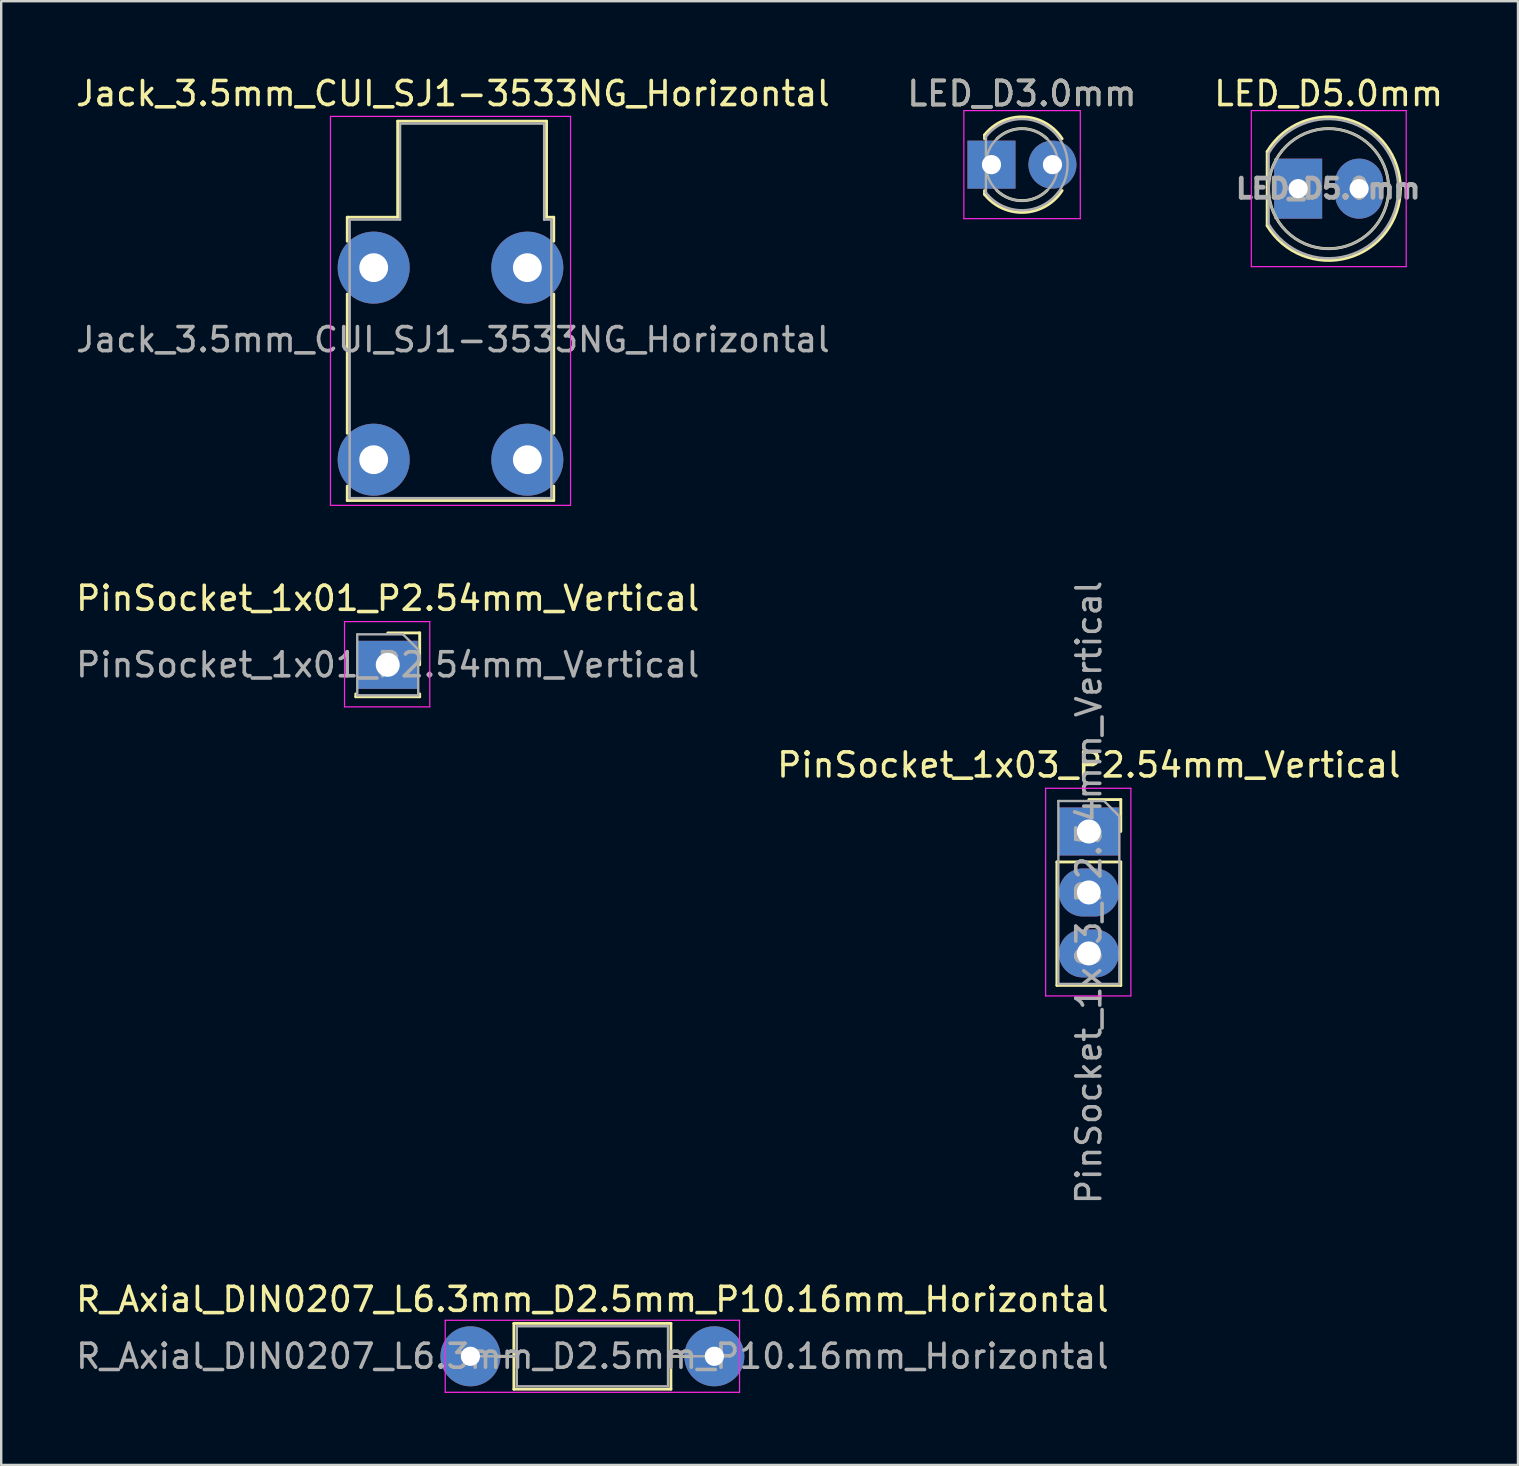
<source format=kicad_pcb>
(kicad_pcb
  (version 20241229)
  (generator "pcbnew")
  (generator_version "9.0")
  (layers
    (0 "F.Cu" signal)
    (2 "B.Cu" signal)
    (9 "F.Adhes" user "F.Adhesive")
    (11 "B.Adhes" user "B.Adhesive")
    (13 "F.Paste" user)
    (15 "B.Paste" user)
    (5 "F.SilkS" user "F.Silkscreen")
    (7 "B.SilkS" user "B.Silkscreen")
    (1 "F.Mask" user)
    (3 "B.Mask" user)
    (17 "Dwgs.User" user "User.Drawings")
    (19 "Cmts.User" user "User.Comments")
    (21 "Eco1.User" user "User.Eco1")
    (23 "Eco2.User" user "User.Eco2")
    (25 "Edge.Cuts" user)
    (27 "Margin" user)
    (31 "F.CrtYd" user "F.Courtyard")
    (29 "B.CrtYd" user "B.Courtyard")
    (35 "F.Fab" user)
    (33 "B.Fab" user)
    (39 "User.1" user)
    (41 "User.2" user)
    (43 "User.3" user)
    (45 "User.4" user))
  (footprint "LED_D3.0mm"
    (layer "F.Cu")
    (at 38.248 3.808)
    (property "Reference" "LED_D3.0mm" (at 1.27 -2.96 0) (layer "F.SilkS") (effects (font (size 1 1) (thickness 0.15))))
    (attr through_hole)
    (fp_line (start -0.29 -1.236) (end -0.29 -1.08) (stroke (width 0.12) (type solid)) (layer "F.SilkS"))
    (fp_line (start -0.29 1.08) (end -0.29 1.236) (stroke (width 0.12) (type solid)) (layer "F.SilkS"))
    (fp_arc (start -0.29 -1.235516) (mid 1.366487 -1.987659) (end 2.942335 -1.078608) (stroke (width 0.12) (type solid)) (layer "F.SilkS"))
    (fp_arc (start 0.229039 -1.08) (mid 1.270117 -1.5) (end 2.31113 -1.079837) (stroke (width 0.12) (type solid)) (layer "F.SilkS"))
    (fp_arc (start 2.31113 1.079837) (mid 1.270117 1.5) (end 0.229039 1.08) (stroke (width 0.12) (type solid)) (layer "F.SilkS"))
    (fp_arc (start 2.942335 1.078608) (mid 1.366487 1.987659) (end -0.29 1.235516) (stroke (width 0.12) (type solid)) (layer "F.SilkS"))
    (fp_line (start -1.15 -2.25) (end -1.15 2.25) (stroke (width 0.05) (type solid)) (layer "F.CrtYd"))
    (fp_line (start -1.15 2.25) (end 3.7 2.25) (stroke (width 0.05) (type solid)) (layer "F.CrtYd"))
    (fp_line (start 3.7 -2.25) (end -1.15 -2.25) (stroke (width 0.05) (type solid)) (layer "F.CrtYd"))
    (fp_line (start 3.7 2.25) (end 3.7 -2.25) (stroke (width 0.05) (type solid)) (layer "F.CrtYd"))
    (fp_line (start -0.23 -1.166) (end -0.23 1.166) (stroke (width 0.1) (type solid)) (layer "F.Fab"))
    (fp_arc (start -0.23 -1.16619) (mid 3.17 0.000452) (end -0.230555 1.165476) (stroke (width 0.1) (type solid)) (layer "F.Fab"))
    (fp_circle (center 1.27 0) (end 2.77 0) (stroke (width 0.1) (type solid)) (fill no) (layer "F.Fab"))
    (fp_text user "${REFERENCE}" (at 1.27 -2.96 0) (layer "F.Fab") (effects (font (size 1 1) (thickness 0.15))))
    (pad "1" thru_hole rect (at 0 0) (size 2 2) (drill 0.8) (layers "*.Cu" "*.Mask"))
    (pad "2" thru_hole circle (at 2.54 0) (size 2 2) (drill 0.8) (layers "*.Cu" "*.Mask")))
  (footprint "R_Axial_DIN0207_L6.3mm_D2.5mm_P10.16mm_Horizontal"
    (layer "F.Cu")
    (at 16.545 53.444)
    (property "Reference" "R_Axial_DIN0207_L6.3mm_D2.5mm_P10.16mm_Horizontal" (at 5.08 -2.37 0) (layer "F.SilkS") (effects (font (size 1 1) (thickness 0.15))))
    (attr through_hole)
    (fp_line (start 1.04 0) (end 1.81 0) (stroke (width 0.12) (type solid)) (layer "F.SilkS"))
    (fp_line (start 1.81 -1.37) (end 1.81 1.37) (stroke (width 0.12) (type solid)) (layer "F.SilkS"))
    (fp_line (start 1.81 1.37) (end 8.35 1.37) (stroke (width 0.12) (type solid)) (layer "F.SilkS"))
    (fp_line (start 8.35 -1.37) (end 1.81 -1.37) (stroke (width 0.12) (type solid)) (layer "F.SilkS"))
    (fp_line (start 8.35 1.37) (end 8.35 -1.37) (stroke (width 0.12) (type solid)) (layer "F.SilkS"))
    (fp_line (start 9.12 0) (end 8.35 0) (stroke (width 0.12) (type solid)) (layer "F.SilkS"))
    (fp_line (start -1.05 -1.5) (end -1.05 1.5) (stroke (width 0.05) (type solid)) (layer "F.CrtYd"))
    (fp_line (start -1.05 1.5) (end 11.21 1.5) (stroke (width 0.05) (type solid)) (layer "F.CrtYd"))
    (fp_line (start 11.21 -1.5) (end -1.05 -1.5) (stroke (width 0.05) (type solid)) (layer "F.CrtYd"))
    (fp_line (start 11.21 1.5) (end 11.21 -1.5) (stroke (width 0.05) (type solid)) (layer "F.CrtYd"))
    (fp_line (start 0 0) (end 1.93 0) (stroke (width 0.1) (type solid)) (layer "F.Fab"))
    (fp_line (start 1.93 -1.25) (end 1.93 1.25) (stroke (width 0.1) (type solid)) (layer "F.Fab"))
    (fp_line (start 1.93 1.25) (end 8.23 1.25) (stroke (width 0.1) (type solid)) (layer "F.Fab"))
    (fp_line (start 8.23 -1.25) (end 1.93 -1.25) (stroke (width 0.1) (type solid)) (layer "F.Fab"))
    (fp_line (start 8.23 1.25) (end 8.23 -1.25) (stroke (width 0.1) (type solid)) (layer "F.Fab"))
    (fp_line (start 10.16 0) (end 8.23 0) (stroke (width 0.1) (type solid)) (layer "F.Fab"))
    (fp_text user "${REFERENCE}" (at 5.08 0 0) (layer "F.Fab") (effects (font (size 1 1) (thickness 0.15))))
    (pad "1" thru_hole circle (at 0 0) (size 2.5 2.5) (drill 0.8) (layers "*.Cu" "*.Mask"))
    (pad "2" thru_hole circle (at 10.16 0) (size 2.5 2.5) (drill 0.8) (layers "*.Cu" "*.Mask")))
  (footprint "Jack_3.5mm_CUI_SJ1-3533NG_Horizontal"
    (layer "F.Cu")
    (at 15.715 7.298)
    (property "Reference" "Jack_3.5mm_CUI_SJ1-3533NG_Horizontal" (at 0.1 -6.45 0) (layer "F.SilkS") (effects (font (size 1 1) (thickness 0.15))))
    (attr through_hole)
    (fp_line (start -4.3 -1.3) (end -2.2 -1.3) (stroke (width 0.12) (type solid)) (layer "F.SilkS"))
    (fp_line (start -4.3 -0.3) (end -4.3 -1.3) (stroke (width 0.12) (type solid)) (layer "F.SilkS"))
    (fp_line (start -4.3 7.7) (end -4.3 1.9) (stroke (width 0.12) (type solid)) (layer "F.SilkS"))
    (fp_line (start -4.3 10.5) (end -4.3 9.9) (stroke (width 0.12) (type solid)) (layer "F.SilkS"))
    (fp_line (start -2.2 -5.3) (end 4 -5.3) (stroke (width 0.12) (type solid)) (layer "F.SilkS"))
    (fp_line (start -2.2 -1.3) (end -2.2 -5.3) (stroke (width 0.12) (type solid)) (layer "F.SilkS"))
    (fp_line (start 4 -5.3) (end 4 -1.3) (stroke (width 0.12) (type solid)) (layer "F.SilkS"))
    (fp_line (start 4 -1.3) (end 4.3 -1.3) (stroke (width 0.12) (type solid)) (layer "F.SilkS"))
    (fp_line (start 4.3 -1.3) (end 4.3 -0.3) (stroke (width 0.12) (type solid)) (layer "F.SilkS"))
    (fp_line (start 4.3 1.9) (end 4.3 7.7) (stroke (width 0.12) (type solid)) (layer "F.SilkS"))
    (fp_line (start 4.3 9.9) (end 4.3 10.5) (stroke (width 0.12) (type solid)) (layer "F.SilkS"))
    (fp_line (start 4.3 10.5) (end -4.3 10.5) (stroke (width 0.12) (type solid)) (layer "F.SilkS"))
    (fp_line (start -5 -5.5) (end -5 10.7) (stroke (width 0.05) (type solid)) (layer "F.CrtYd"))
    (fp_line (start -5 10.7) (end 5 10.7) (stroke (width 0.05) (type solid)) (layer "F.CrtYd"))
    (fp_line (start 5 -5.5) (end -5 -5.5) (stroke (width 0.05) (type solid)) (layer "F.CrtYd"))
    (fp_line (start 5 10.7) (end 5 -5.5) (stroke (width 0.05) (type solid)) (layer "F.CrtYd"))
    (fp_line (start -4.2 -1.2) (end -2.1 -1.2) (stroke (width 0.1) (type solid)) (layer "F.Fab"))
    (fp_line (start -4.2 10.4) (end -4.2 -1.2) (stroke (width 0.1) (type solid)) (layer "F.Fab"))
    (fp_line (start -2.1 -5.2) (end 3.9 -5.2) (stroke (width 0.1) (type solid)) (layer "F.Fab"))
    (fp_line (start -2.1 -1.2) (end -2.1 -5.2) (stroke (width 0.1) (type solid)) (layer "F.Fab"))
    (fp_line (start 3.9 -5.2) (end 3.9 -1.2) (stroke (width 0.1) (type solid)) (layer "F.Fab"))
    (fp_line (start 3.9 -1.2) (end 4.2 -1.2) (stroke (width 0.1) (type solid)) (layer "F.Fab"))
    (fp_line (start 4.2 -1.2) (end 4.2 10.4) (stroke (width 0.1) (type solid)) (layer "F.Fab"))
    (fp_line (start 4.2 10.4) (end -4.2 10.4) (stroke (width 0.1) (type solid)) (layer "F.Fab"))
    (fp_text user "${REFERENCE}" (at 0.1 3.8 0) (layer "F.Fab") (effects (font (size 1 1) (thickness 0.15))))
    (pad "R" thru_hole oval (at 3.2 8.8) (size 3 3) (drill oval 1.2) (layers "*.Cu" "*.Mask"))
    (pad "S" thru_hole oval (at -3.2 8.8) (size 3 3) (drill oval 1.2) (layers "*.Cu" "*.Mask"))
    (pad "T" thru_hole oval (at -3.2 0.8) (size 3 3) (drill oval 1.2) (layers "*.Cu" "*.Mask"))
    (pad "T" thru_hole oval (at 3.2 0.8) (size 3 3) (drill oval 1.2) (layers "*.Cu" "*.Mask")))
  (footprint "PinSocket_1x03_P2.54mm_Vertical"
    (layer "F.Cu")
    (at 42.304 31.584)
    (property "Reference" "PinSocket_1x03_P2.54mm_Vertical" (at 0 -2.77 0) (layer "F.SilkS") (effects (font (size 1 1) (thickness 0.15))))
    (attr through_hole)
    (fp_line (start -1.33 1.27) (end -1.33 6.41) (stroke (width 0.12) (type solid)) (layer "F.SilkS"))
    (fp_line (start -1.33 1.27) (end 1.33 1.27) (stroke (width 0.12) (type solid)) (layer "F.SilkS"))
    (fp_line (start -1.33 6.41) (end 1.33 6.41) (stroke (width 0.12) (type solid)) (layer "F.SilkS"))
    (fp_line (start 0 -1.33) (end 1.33 -1.33) (stroke (width 0.12) (type solid)) (layer "F.SilkS"))
    (fp_line (start 1.33 -1.33) (end 1.33 0) (stroke (width 0.12) (type solid)) (layer "F.SilkS"))
    (fp_line (start 1.33 1.27) (end 1.33 6.41) (stroke (width 0.12) (type solid)) (layer "F.SilkS"))
    (fp_line (start -1.8 -1.8) (end 1.75 -1.8) (stroke (width 0.05) (type solid)) (layer "F.CrtYd"))
    (fp_line (start -1.8 6.85) (end -1.8 -1.8) (stroke (width 0.05) (type solid)) (layer "F.CrtYd"))
    (fp_line (start 1.75 -1.8) (end 1.75 6.85) (stroke (width 0.05) (type solid)) (layer "F.CrtYd"))
    (fp_line (start 1.75 6.85) (end -1.8 6.85) (stroke (width 0.05) (type solid)) (layer "F.CrtYd"))
    (fp_line (start -1.27 -1.27) (end 0.635 -1.27) (stroke (width 0.1) (type solid)) (layer "F.Fab"))
    (fp_line (start -1.27 6.35) (end -1.27 -1.27) (stroke (width 0.1) (type solid)) (layer "F.Fab"))
    (fp_line (start 0.635 -1.27) (end 1.27 -0.635) (stroke (width 0.1) (type solid)) (layer "F.Fab"))
    (fp_line (start 1.27 -0.635) (end 1.27 6.35) (stroke (width 0.1) (type solid)) (layer "F.Fab"))
    (fp_line (start 1.27 6.35) (end -1.27 6.35) (stroke (width 0.1) (type solid)) (layer "F.Fab"))
    (fp_text user "${REFERENCE}" (at 0 2.54 90) (layer "F.Fab") (effects (font (size 1 1) (thickness 0.15))))
    (pad "1" thru_hole rect (at 0 0) (size 2.5 2) (drill 1) (layers "*.Cu" "*.Mask"))
    (pad "2" thru_hole oval (at 0 2.54) (size 2.5 2) (drill 1) (layers "*.Cu" "*.Mask"))
    (pad "3" thru_hole oval (at 0 5.08) (size 2.5 2) (drill 1) (layers "*.Cu" "*.Mask")))
  (footprint "PinSocket_1x01_P2.54mm_Vertical"
    (layer "F.Cu")
    (at 13.101 24.642)
    (property "Reference" "PinSocket_1x01_P2.54mm_Vertical" (at 0 -2.77 0) (layer "F.SilkS") (effects (font (size 1 1) (thickness 0.15))))
    (attr through_hole)
    (fp_line (start -1.33 1.21) (end -1.33 1.33) (stroke (width 0.12) (type solid)) (layer "F.SilkS"))
    (fp_line (start -1.33 1.33) (end 1.33 1.33) (stroke (width 0.12) (type solid)) (layer "F.SilkS"))
    (fp_line (start 0 -1.33) (end 1.33 -1.33) (stroke (width 0.12) (type solid)) (layer "F.SilkS"))
    (fp_line (start 1.33 -1.33) (end 1.33 0) (stroke (width 0.12) (type solid)) (layer "F.SilkS"))
    (fp_line (start 1.33 1.21) (end 1.33 1.33) (stroke (width 0.12) (type solid)) (layer "F.SilkS"))
    (fp_line (start -1.8 -1.8) (end 1.75 -1.8) (stroke (width 0.05) (type solid)) (layer "F.CrtYd"))
    (fp_line (start -1.8 1.75) (end -1.8 -1.8) (stroke (width 0.05) (type solid)) (layer "F.CrtYd"))
    (fp_line (start 1.75 -1.8) (end 1.75 1.75) (stroke (width 0.05) (type solid)) (layer "F.CrtYd"))
    (fp_line (start 1.75 1.75) (end -1.8 1.75) (stroke (width 0.05) (type solid)) (layer "F.CrtYd"))
    (fp_line (start -1.27 -1.27) (end 0.635 -1.27) (stroke (width 0.1) (type solid)) (layer "F.Fab"))
    (fp_line (start -1.27 1.27) (end -1.27 -1.27) (stroke (width 0.1) (type solid)) (layer "F.Fab"))
    (fp_line (start 0.635 -1.27) (end 1.27 -0.635) (stroke (width 0.1) (type solid)) (layer "F.Fab"))
    (fp_line (start 1.27 -0.635) (end 1.27 1.27) (stroke (width 0.1) (type solid)) (layer "F.Fab"))
    (fp_line (start 1.27 1.27) (end -1.27 1.27) (stroke (width 0.1) (type solid)) (layer "F.Fab"))
    (fp_text user "${REFERENCE}" (at 0 0 0) (layer "F.Fab") (effects (font (size 1 1) (thickness 0.15))))
    (pad "1" thru_hole rect (at 0 0) (size 2.5 2) (drill 1) (layers "*.Cu" "*.Mask")))
  (footprint "LED_D5.0mm"
    (layer "F.Cu")
    (at 51.022 4.808)
    (property "Reference" "LED_D5.0mm" (at 1.27 -3.96 0) (layer "F.SilkS") (effects (font (size 1 1) (thickness 0.15))))
    (attr through_hole)
    (fp_line (start -1.29 -1.545) (end -1.29 1.545) (stroke (width 0.12) (type solid)) (layer "F.SilkS"))
    (fp_arc (start -1.29 -1.54483) (mid 2.072002 -2.880433) (end 4.26 0.000462) (stroke (width 0.12) (type solid)) (layer "F.SilkS"))
    (fp_arc (start 4.26 -0.000462) (mid 2.072002 2.880433) (end -1.29 1.54483) (stroke (width 0.12) (type solid)) (layer "F.SilkS"))
    (fp_circle (center 1.27 0) (end 3.77 0) (stroke (width 0.12) (type solid)) (fill no) (layer "F.SilkS"))
    (fp_line (start -1.95 -3.25) (end -1.95 3.25) (stroke (width 0.05) (type solid)) (layer "F.CrtYd"))
    (fp_line (start -1.95 3.25) (end 4.5 3.25) (stroke (width 0.05) (type solid)) (layer "F.CrtYd"))
    (fp_line (start 4.5 -3.25) (end -1.95 -3.25) (stroke (width 0.05) (type solid)) (layer "F.CrtYd"))
    (fp_line (start 4.5 3.25) (end 4.5 -3.25) (stroke (width 0.05) (type solid)) (layer "F.CrtYd"))
    (fp_line (start -1.23 -1.47) (end -1.23 1.47) (stroke (width 0.1) (type solid)) (layer "F.Fab"))
    (fp_arc (start -1.23 -1.469694) (mid 4.17 0.000016) (end -1.230016 1.469666) (stroke (width 0.1) (type solid)) (layer "F.Fab"))
    (fp_circle (center 1.27 0) (end 3.77 0) (stroke (width 0.1) (type solid)) (fill no) (layer "F.Fab"))
    (fp_text user "${REFERENCE}" (at 1.25 0 0) (layer "F.Fab") (effects (font (size 0.8 0.8) (thickness 0.2))))
    (pad "1" thru_hole rect (at 0 0) (size 2 2.5) (drill 0.8) (layers "*.Cu" "*.Mask"))
    (pad "2" thru_hole oval (at 2.54 0) (size 2 2.5) (drill 0.8) (layers "*.Cu" "*.Mask")))
  (gr_rect
    (start -3 -3)
    (end 60.179 57.969)
    (stroke (width 0.1) (type default))
    (fill no)
    (layer "Edge.Cuts")))
</source>
